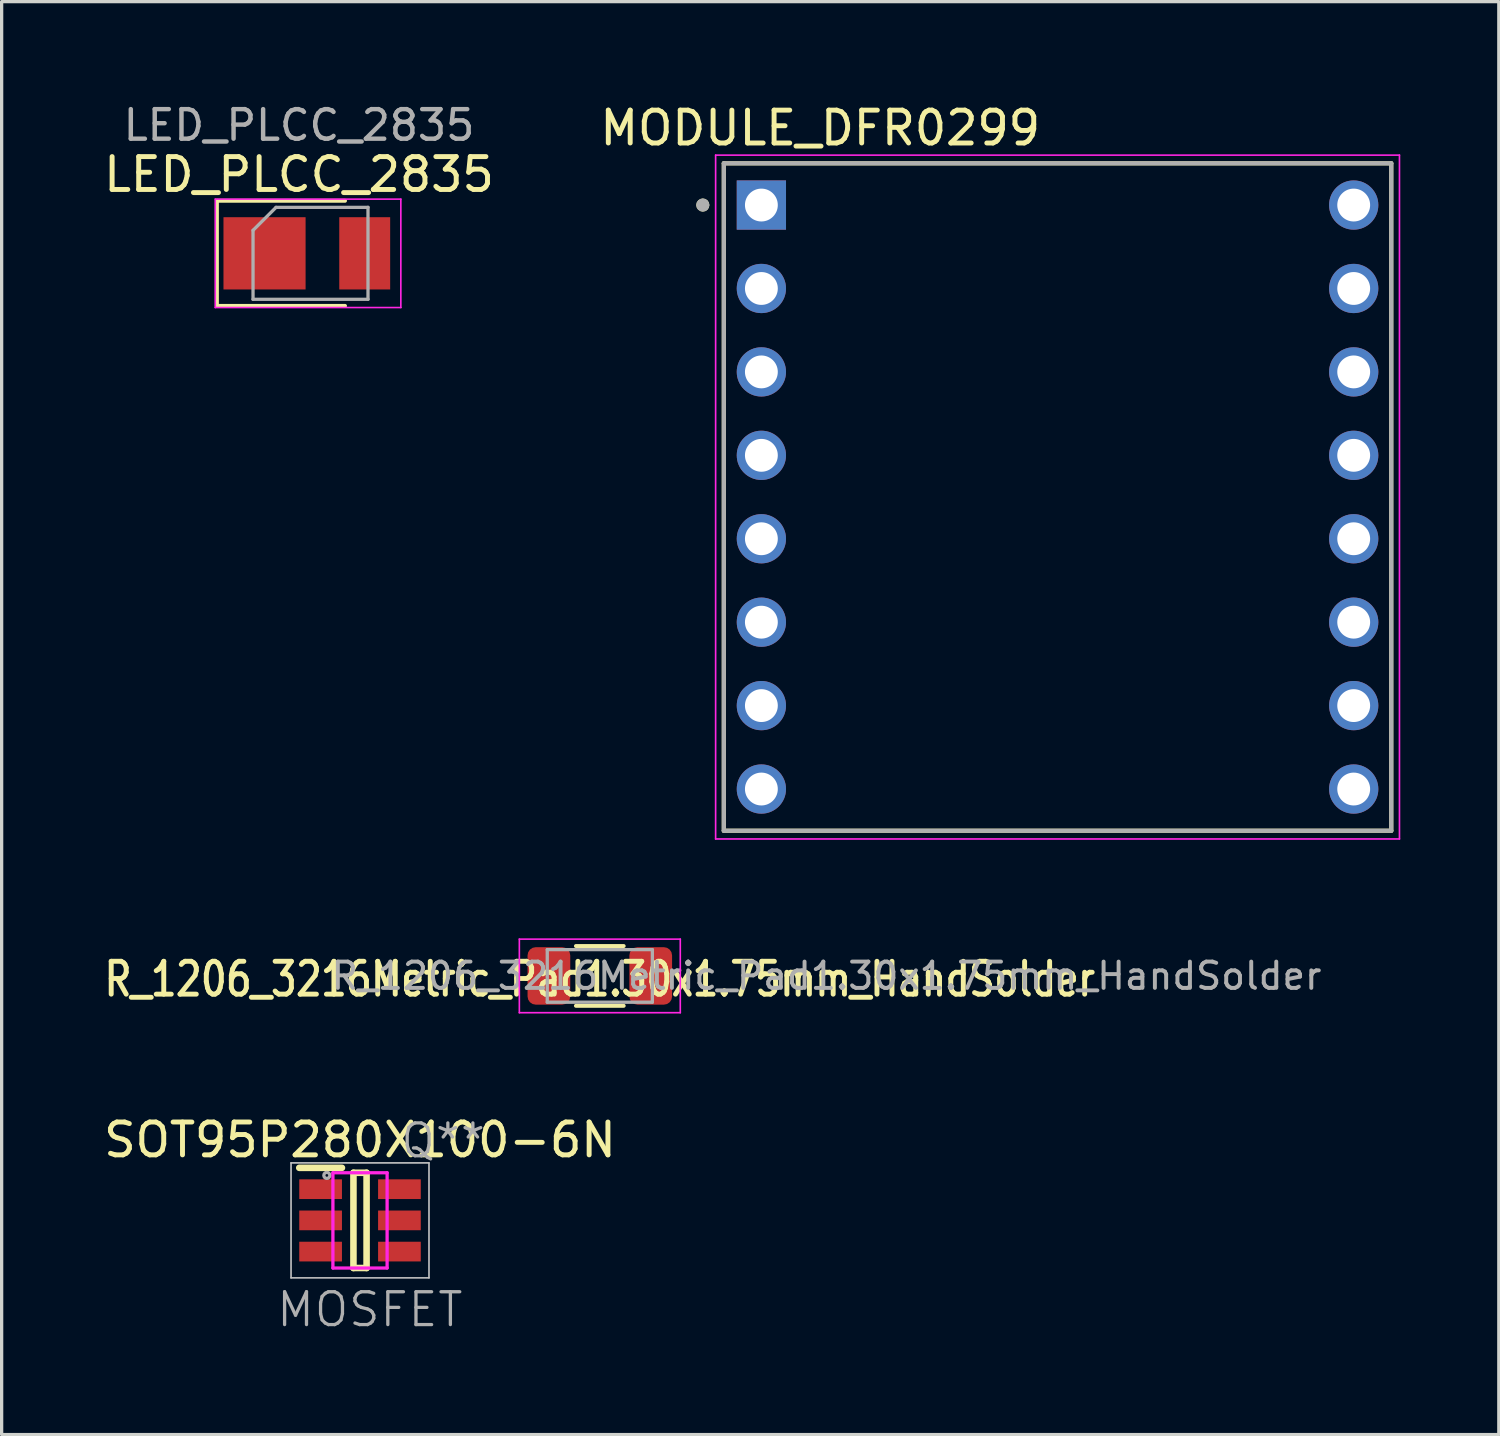
<source format=kicad_pcb>
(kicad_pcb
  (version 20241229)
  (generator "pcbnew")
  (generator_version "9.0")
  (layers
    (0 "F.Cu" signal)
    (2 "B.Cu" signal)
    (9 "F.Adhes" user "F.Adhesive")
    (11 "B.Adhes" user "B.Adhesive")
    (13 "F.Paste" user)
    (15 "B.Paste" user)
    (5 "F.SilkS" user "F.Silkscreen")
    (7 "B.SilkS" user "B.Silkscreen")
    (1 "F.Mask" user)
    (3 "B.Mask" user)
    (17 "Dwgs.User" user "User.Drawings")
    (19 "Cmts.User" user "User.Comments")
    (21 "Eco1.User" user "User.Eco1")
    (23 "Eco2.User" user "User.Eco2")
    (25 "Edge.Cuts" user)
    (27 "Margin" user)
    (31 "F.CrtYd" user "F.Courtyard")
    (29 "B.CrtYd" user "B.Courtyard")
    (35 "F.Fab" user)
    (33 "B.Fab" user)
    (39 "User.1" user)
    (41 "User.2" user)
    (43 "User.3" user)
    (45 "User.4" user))
  (footprint "LED_PLCC_2835"
    (layer "F.Cu")
    (at 6.054 4.663)
    (property "Reference" "LED_PLCC_2835" (at 0 -2.4 0) (layer "F.SilkS") (effects (font (size 1 1) (thickness 0.15))))
    (attr smd)
    (fp_line (start -2.5 -1.6) (end -2.5 1.6) (stroke (width 0.12) (type solid)) (layer "F.SilkS"))
    (fp_line (start 1.4 -1.6) (end -2.5 -1.6) (stroke (width 0.12) (type solid)) (layer "F.SilkS"))
    (fp_line (start 1.4 1.6) (end -2.5 1.6) (stroke (width 0.12) (type solid)) (layer "F.SilkS"))
    (fp_line (start -2.55 -1.65) (end 3.1 -1.65) (stroke (width 0.05) (type solid)) (layer "F.CrtYd"))
    (fp_line (start -2.55 1.65) (end -2.55 -1.65) (stroke (width 0.05) (type solid)) (layer "F.CrtYd"))
    (fp_line (start 3.1 -1.65) (end 3.1 1.65) (stroke (width 0.05) (type solid)) (layer "F.CrtYd"))
    (fp_line (start 3.1 1.65) (end -2.55 1.65) (stroke (width 0.05) (type solid)) (layer "F.CrtYd"))
    (fp_line (start -1.4 1.4) (end -1.4 -0.7) (stroke (width 0.1) (type solid)) (layer "F.Fab"))
    (fp_line (start -0.7 -1.4) (end -1.4 -0.7) (stroke (width 0.1) (type solid)) (layer "F.Fab"))
    (fp_line (start -0.7 -1.4) (end 2.1 -1.4) (stroke (width 0.1) (type solid)) (layer "F.Fab"))
    (fp_line (start 2.1 -1.4) (end 2.1 1.4) (stroke (width 0.1) (type solid)) (layer "F.Fab"))
    (fp_line (start 2.1 1.4) (end -1.4 1.4) (stroke (width 0.1) (type solid)) (layer "F.Fab"))
    (fp_text user "${REFERENCE}" (at 0 -3.9 0) (layer "F.Fab") (effects (font (size 0.9 0.9) (thickness 0.135))))
    (pad "1" smd rect (at -1.05 0) (size 2.5 2.2) (layers "F.Cu" "F.Mask" "F.Paste"))
    (pad "2" smd rect (at 2 0) (size 1.55 2.2) (layers "F.Cu" "F.Mask" "F.Paste")))
  (footprint "MODULE_DFR0299"
    (layer "F.Cu")
    (at 29.148 12.083)
    (property "Reference" "MODULE_DFR0299" (at -7.225 -11.235 0) (layer "F.SilkS") (effects (font (size 1 1) (thickness 0.15))))
    (attr through_hole)
    (fp_line (start -10.16 -10.16) (end 10.16 -10.16) (stroke (width 0.127) (type solid)) (layer "F.SilkS"))
    (fp_line (start -10.16 10.16) (end -10.16 -10.16) (stroke (width 0.127) (type solid)) (layer "F.SilkS"))
    (fp_line (start 10.16 -10.16) (end 10.16 10.16) (stroke (width 0.127) (type solid)) (layer "F.SilkS"))
    (fp_line (start 10.16 10.16) (end -10.16 10.16) (stroke (width 0.127) (type solid)) (layer "F.SilkS"))
    (fp_circle (center -10.8 -8.89) (end -10.7 -8.89) (stroke (width 0.2) (type solid)) (fill no) (layer "F.SilkS"))
    (fp_line (start -10.41 -10.41) (end 10.41 -10.41) (stroke (width 0.05) (type solid)) (layer "F.CrtYd"))
    (fp_line (start -10.41 10.41) (end -10.41 -10.41) (stroke (width 0.05) (type solid)) (layer "F.CrtYd"))
    (fp_line (start 10.41 -10.41) (end 10.41 10.41) (stroke (width 0.05) (type solid)) (layer "F.CrtYd"))
    (fp_line (start 10.41 10.41) (end -10.41 10.41) (stroke (width 0.05) (type solid)) (layer "F.CrtYd"))
    (fp_line (start -10.16 -10.16) (end 10.16 -10.16) (stroke (width 0.127) (type solid)) (layer "F.Fab"))
    (fp_line (start -10.16 10.16) (end -10.16 -10.16) (stroke (width 0.127) (type solid)) (layer "F.Fab"))
    (fp_line (start 10.16 -10.16) (end 10.16 10.16) (stroke (width 0.127) (type solid)) (layer "F.Fab"))
    (fp_line (start 10.16 10.16) (end -10.16 10.16) (stroke (width 0.127) (type solid)) (layer "F.Fab"))
    (fp_circle (center -10.8 -8.89) (end -10.7 -8.89) (stroke (width 0.2) (type solid)) (fill no) (layer "F.Fab"))
    (pad "1" thru_hole rect (at -9.017 -8.89) (size 1.5 1.5) (drill 1) (layers "*.Cu" "*.Mask"))
    (pad "2" thru_hole circle (at -9.017 -6.35) (size 1.5 1.5) (drill 1) (layers "*.Cu" "*.Mask"))
    (pad "3" thru_hole circle (at -9.017 -3.81) (size 1.5 1.5) (drill 1) (layers "*.Cu" "*.Mask"))
    (pad "4" thru_hole circle (at -9.017 -1.27) (size 1.5 1.5) (drill 1) (layers "*.Cu" "*.Mask"))
    (pad "5" thru_hole circle (at -9.017 1.27) (size 1.5 1.5) (drill 1) (layers "*.Cu" "*.Mask"))
    (pad "6" thru_hole circle (at -9.017 3.81) (size 1.5 1.5) (drill 1) (layers "*.Cu" "*.Mask"))
    (pad "7" thru_hole circle (at -9.017 6.35) (size 1.5 1.5) (drill 1) (layers "*.Cu" "*.Mask"))
    (pad "8" thru_hole circle (at -9.017 8.89) (size 1.5 1.5) (drill 1) (layers "*.Cu" "*.Mask"))
    (pad "9" thru_hole circle (at 9.017 8.89) (size 1.5 1.5) (drill 1) (layers "*.Cu" "*.Mask"))
    (pad "10" thru_hole circle (at 9.017 6.35) (size 1.5 1.5) (drill 1) (layers "*.Cu" "*.Mask"))
    (pad "11" thru_hole circle (at 9.017 3.81) (size 1.5 1.5) (drill 1) (layers "*.Cu" "*.Mask"))
    (pad "12" thru_hole circle (at 9.017 1.27) (size 1.5 1.5) (drill 1) (layers "*.Cu" "*.Mask"))
    (pad "13" thru_hole circle (at 9.017 -1.27) (size 1.5 1.5) (drill 1) (layers "*.Cu" "*.Mask"))
    (pad "14" thru_hole circle (at 9.017 -3.81) (size 1.5 1.5) (drill 1) (layers "*.Cu" "*.Mask"))
    (pad "15" thru_hole circle (at 9.017 -6.35) (size 1.5 1.5) (drill 1) (layers "*.Cu" "*.Mask"))
    (pad "16" thru_hole circle (at 9.017 -8.89) (size 1.5 1.5) (drill 1) (layers "*.Cu" "*.Mask")))
  (footprint "SOT95P280X100-6N"
    (layer "F.Cu")
    (at 7.911 34.106)
    (property "Reference" "SOT95P280X100-6N" (at 0 -2.45 0) (layer "F.SilkS") (effects (font (size 1 1) (thickness 0.15))))
    (attr smd)
    (fp_line (start -1.85 -1.6) (end -0.55 -1.6) (stroke (width 0.2) (type solid)) (layer "F.SilkS"))
    (fp_line (start -0.2 -1.45) (end 0.2 -1.45) (stroke (width 0.2) (type solid)) (layer "F.SilkS"))
    (fp_line (start -0.2 1.45) (end -0.2 -1.45) (stroke (width 0.2) (type solid)) (layer "F.SilkS"))
    (fp_line (start 0.2 -1.45) (end 0.2 1.45) (stroke (width 0.2) (type solid)) (layer "F.SilkS"))
    (fp_line (start 0.2 1.45) (end -0.2 1.45) (stroke (width 0.2) (type solid)) (layer "F.SilkS"))
    (fp_line (start -2.1 -1.75) (end 2.1 -1.75) (stroke (width 0.05) (type solid)) (layer "Dwgs.User"))
    (fp_line (start -2.1 1.75) (end -2.1 -1.75) (stroke (width 0.05) (type solid)) (layer "Dwgs.User"))
    (fp_line (start 2.1 -1.75) (end 2.1 1.75) (stroke (width 0.05) (type solid)) (layer "Dwgs.User"))
    (fp_line (start 2.1 1.75) (end -2.1 1.75) (stroke (width 0.05) (type solid)) (layer "Dwgs.User"))
    (fp_line (start -0.825 -1.45) (end 0.825 -1.45) (stroke (width 0.1) (type solid)) (layer "F.CrtYd"))
    (fp_line (start -0.825 1.45) (end -0.825 -1.45) (stroke (width 0.1) (type solid)) (layer "F.CrtYd"))
    (fp_line (start 0.825 -1.45) (end 0.825 1.45) (stroke (width 0.1) (type solid)) (layer "F.CrtYd"))
    (fp_line (start 0.825 1.45) (end -0.825 1.45) (stroke (width 0.1) (type solid)) (layer "F.CrtYd"))
    (fp_circle (center -1.01 -1.37) (end -0.968 -1.37) (stroke (width 0.1) (type solid)) (fill no) (layer "F.Fab"))
    (fp_text user "MOSFET" (at -2.6 3.3 0) (unlocked yes) (layer "F.Fab") (effects (font (size 1 1) (thickness 0.1)) (justify left bottom)))
    (fp_text user "Q**" (at 1.18 -1.84 0) (unlocked yes) (layer "F.Fab") (effects (font (size 1 1) (thickness 0.1)) (justify left bottom)))
    (pad "1" smd rect (at -1.2 -0.95 90) (size 0.6 1.3) (layers "F.Cu" "F.Mask" "F.Paste"))
    (pad "2" smd rect (at -1.2 0 90) (size 0.6 1.3) (layers "F.Cu" "F.Mask" "F.Paste"))
    (pad "3" smd rect (at -1.2 0.95 90) (size 0.6 1.3) (layers "F.Cu" "F.Mask" "F.Paste"))
    (pad "4" smd rect (at 1.2 0.95 90) (size 0.6 1.3) (layers "F.Cu" "F.Mask" "F.Paste"))
    (pad "5" smd rect (at 1.2 0 90) (size 0.6 1.3) (layers "F.Cu" "F.Mask" "F.Paste"))
    (pad "6" smd rect (at 1.2 -0.95 90) (size 0.6 1.3) (layers "F.Cu" "F.Mask" "F.Paste")))
  (footprint "R_1206_3216Metric_Pad1.30x1.75mm_HandSolder"
    (layer "F.Cu")
    (at 15.212 26.663)
    (property "Reference" "R_1206_3216Metric_Pad1.30x1.75mm_HandSolder" (at 0 0.1 0) (layer "F.SilkS") (effects (font (size 1 0.8) (thickness 0.15))))
    (attr smd)
    (fp_line (start -0.727 -0.91) (end 0.727 -0.91) (stroke (width 0.12) (type solid)) (layer "F.SilkS"))
    (fp_line (start -0.727 0.91) (end 0.727 0.91) (stroke (width 0.12) (type solid)) (layer "F.SilkS"))
    (fp_line (start -2.45 -1.12) (end 2.45 -1.12) (stroke (width 0.05) (type solid)) (layer "F.CrtYd"))
    (fp_line (start -2.45 1.12) (end -2.45 -1.12) (stroke (width 0.05) (type solid)) (layer "F.CrtYd"))
    (fp_line (start 2.45 -1.12) (end 2.45 1.12) (stroke (width 0.05) (type solid)) (layer "F.CrtYd"))
    (fp_line (start 2.45 1.12) (end -2.45 1.12) (stroke (width 0.05) (type solid)) (layer "F.CrtYd"))
    (fp_line (start -1.6 -0.8) (end 1.6 -0.8) (stroke (width 0.1) (type solid)) (layer "F.Fab"))
    (fp_line (start -1.6 0.8) (end -1.6 -0.8) (stroke (width 0.1) (type solid)) (layer "F.Fab"))
    (fp_line (start 1.6 -0.8) (end 1.6 0.8) (stroke (width 0.1) (type solid)) (layer "F.Fab"))
    (fp_line (start 1.6 0.8) (end -1.6 0.8) (stroke (width 0.1) (type solid)) (layer "F.Fab"))
    (fp_text user "${REFERENCE}" (at 6.9 0 0) (layer "F.Fab") (effects (font (size 0.8 0.8) (thickness 0.12))))
    (pad "1" smd roundrect (at -1.55 0) (size 1.3 1.75) (layers "F.Cu" "F.Mask" "F.Paste") (roundrect_rratio 0.192))
    (pad "2" smd roundrect (at 1.55 0) (size 1.3 1.75) (layers "F.Cu" "F.Mask" "F.Paste") (roundrect_rratio 0.192)))
  (gr_rect
    (start -3 -3)
    (end 42.583 40.627)
    (stroke (width 0.1) (type default))
    (fill no)
    (layer "Edge.Cuts")))
</source>
